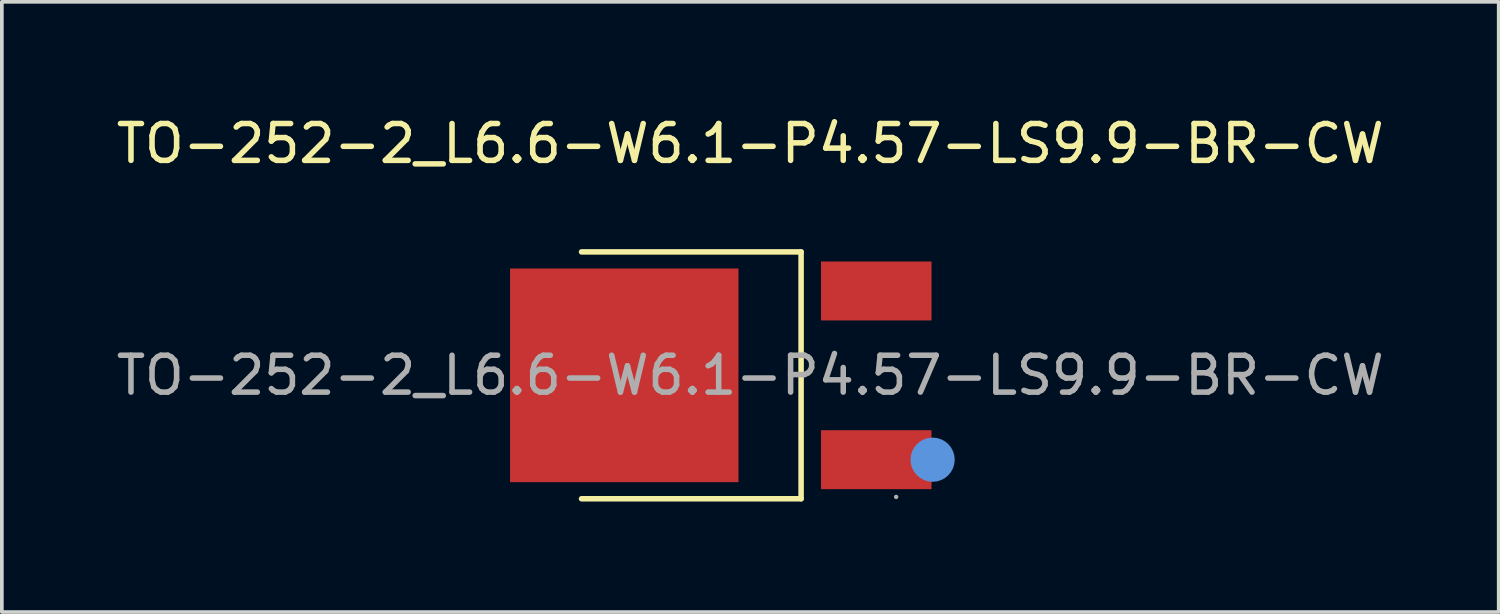
<source format=kicad_pcb>
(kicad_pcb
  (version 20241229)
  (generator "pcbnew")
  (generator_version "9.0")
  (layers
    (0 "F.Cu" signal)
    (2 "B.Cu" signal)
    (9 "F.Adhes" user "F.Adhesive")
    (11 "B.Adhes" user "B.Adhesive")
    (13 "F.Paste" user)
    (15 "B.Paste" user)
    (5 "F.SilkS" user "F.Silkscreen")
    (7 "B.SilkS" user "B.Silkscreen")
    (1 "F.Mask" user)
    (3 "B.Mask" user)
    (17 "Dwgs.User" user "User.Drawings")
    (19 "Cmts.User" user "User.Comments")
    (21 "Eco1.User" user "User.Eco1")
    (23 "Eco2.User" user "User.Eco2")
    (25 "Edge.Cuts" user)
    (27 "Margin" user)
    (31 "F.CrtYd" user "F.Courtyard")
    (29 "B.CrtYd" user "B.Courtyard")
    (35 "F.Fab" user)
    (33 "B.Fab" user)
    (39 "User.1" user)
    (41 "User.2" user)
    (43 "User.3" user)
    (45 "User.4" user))
  (footprint "TO-252-2_L6.6-W6.1-P4.57-LS9.9-BR-CW"
    (layer "F.Cu")
    (at 17.315 7.138)
    (property "Reference" "TO-252-2_L6.6-W6.1-P4.57-LS9.9-BR-CW" (at 0 -6.29 0) (layer "F.SilkS") (effects (font (size 1 1) (thickness 0.15))))
    (attr through_hole)
    (fp_line (start -4.58 -3.35) (end 1.38 -3.35) (stroke (width 0.15) (type solid)) (layer "F.SilkS"))
    (fp_line (start -4.58 3.35) (end 1.38 3.35) (stroke (width 0.15) (type solid)) (layer "F.SilkS"))
    (fp_line (start 1.38 3.35) (end 1.38 -3.35) (stroke (width 0.15) (type solid)) (layer "F.SilkS"))
    (fp_circle (center 4.95 2.29) (end 5.25 2.29) (stroke (width 0.6) (type solid)) (fill no) (layer "Cmts.User"))
    (fp_circle (center 3.96 3.3) (end 3.99 3.3) (stroke (width 0.06) (type solid)) (fill no) (layer "F.Fab"))
    (fp_text user "${REFERENCE}" (at 0 0 0) (layer "F.Fab") (effects (font (size 1 1) (thickness 0.15))))
    (pad "1" smd rect (at 3.42 2.29) (size 3 1.6) (layers "F.Cu" "F.Mask" "F.Paste"))
    (pad "2" smd rect (at -3.42 0) (size 6.2 5.8) (layers "F.Cu" "F.Mask" "F.Paste"))
    (pad "3" smd rect (at 3.42 -2.29) (size 3 1.6) (layers "F.Cu" "F.Mask" "F.Paste")))
  (gr_rect
    (start -3 -3)
    (end 37.631 13.563)
    (stroke (width 0.1) (type default))
    (fill no)
    (layer "Edge.Cuts")))
</source>
